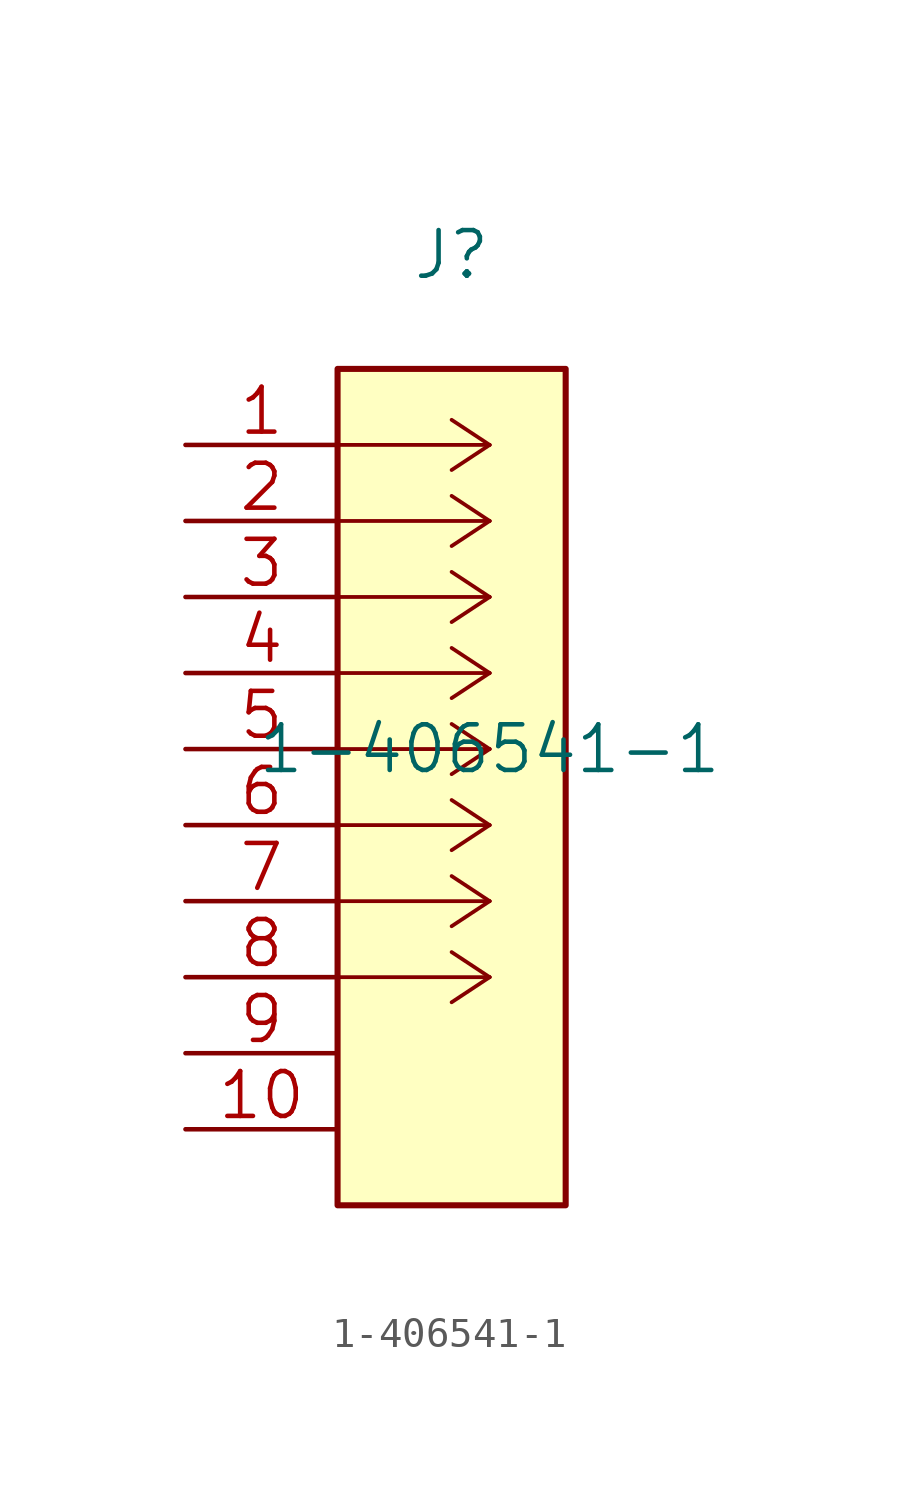
<source format=kicad_sym>
(kicad_symbol_lib
  (version 20211014)
  (generator kicad_symbol_editor)
  (symbol "1-406541-1"
    (pin_names
      (offset 0.254) hide)
    (property "Reference" "J"
      (at 8.89 6.35 0)
      (effects (font (size 1.524 1.524))))
    (property "Value" "1-406541-1"
      (at 10.16 -10.16 0)
      (effects (font (size 1.524 1.524))))
    (property "Datasheet" ""
      (at 0 0 0)
      (effects (font (size 1.524 1.524))))
    (property "ki_locked" ""
      (at 0 0 0)
      (effects (font (size 1.27 1.27))))
    (symbol "1-406541-1_0_1"
      (rectangle (start 12.7 -25.4) (end 5.08 2.54) (stroke (width 0.203) (type default) (color 0 0 0 0)) (fill (type background))))
    (symbol "1-406541-1_1_1"
      (polyline (pts (xy 5.08 -25.4) (xy 12.7 -25.4)) (stroke (width 0.127) (type default) (color 0 0 0 0)) (fill (type none)))
      (polyline (pts (xy 5.08 2.54) (xy 5.08 -25.4)) (stroke (width 0.127) (type default) (color 0 0 0 0)) (fill (type none)))
      (polyline (pts (xy 10.16 -17.78) (xy 5.08 -17.78)) (stroke (width 0.127) (type default) (color 0 0 0 0)) (fill (type none)))
      (polyline (pts (xy 10.16 -17.78) (xy 8.89 -18.618)) (stroke (width 0.127) (type default) (color 0 0 0 0)) (fill (type none)))
      (polyline (pts (xy 10.16 -17.78) (xy 8.89 -16.942)) (stroke (width 0.127) (type default) (color 0 0 0 0)) (fill (type none)))
      (polyline (pts (xy 10.16 -15.24) (xy 5.08 -15.24)) (stroke (width 0.127) (type default) (color 0 0 0 0)) (fill (type none)))
      (polyline (pts (xy 10.16 -15.24) (xy 8.89 -16.078)) (stroke (width 0.127) (type default) (color 0 0 0 0)) (fill (type none)))
      (polyline (pts (xy 10.16 -15.24) (xy 8.89 -14.402)) (stroke (width 0.127) (type default) (color 0 0 0 0)) (fill (type none)))
      (polyline (pts (xy 10.16 -12.7) (xy 5.08 -12.7)) (stroke (width 0.127) (type default) (color 0 0 0 0)) (fill (type none)))
      (polyline (pts (xy 10.16 -12.7) (xy 8.89 -13.538)) (stroke (width 0.127) (type default) (color 0 0 0 0)) (fill (type none)))
      (polyline (pts (xy 10.16 -12.7) (xy 8.89 -11.862)) (stroke (width 0.127) (type default) (color 0 0 0 0)) (fill (type none)))
      (polyline (pts (xy 10.16 -10.16) (xy 5.08 -10.16)) (stroke (width 0.127) (type default) (color 0 0 0 0)) (fill (type none)))
      (polyline (pts (xy 10.16 -10.16) (xy 8.89 -10.998)) (stroke (width 0.127) (type default) (color 0 0 0 0)) (fill (type none)))
      (polyline (pts (xy 10.16 -10.16) (xy 8.89 -9.322)) (stroke (width 0.127) (type default) (color 0 0 0 0)) (fill (type none)))
      (polyline (pts (xy 10.16 -7.62) (xy 5.08 -7.62)) (stroke (width 0.127) (type default) (color 0 0 0 0)) (fill (type none)))
      (polyline (pts (xy 10.16 -7.62) (xy 8.89 -8.458)) (stroke (width 0.127) (type default) (color 0 0 0 0)) (fill (type none)))
      (polyline (pts (xy 10.16 -7.62) (xy 8.89 -6.782)) (stroke (width 0.127) (type default) (color 0 0 0 0)) (fill (type none)))
      (polyline (pts (xy 10.16 -5.08) (xy 5.08 -5.08)) (stroke (width 0.127) (type default) (color 0 0 0 0)) (fill (type none)))
      (polyline (pts (xy 10.16 -5.08) (xy 8.89 -5.918)) (stroke (width 0.127) (type default) (color 0 0 0 0)) (fill (type none)))
      (polyline (pts (xy 10.16 -5.08) (xy 8.89 -4.242)) (stroke (width 0.127) (type default) (color 0 0 0 0)) (fill (type none)))
      (polyline (pts (xy 10.16 -2.54) (xy 5.08 -2.54)) (stroke (width 0.127) (type default) (color 0 0 0 0)) (fill (type none)))
      (polyline (pts (xy 10.16 -2.54) (xy 8.89 -3.378)) (stroke (width 0.127) (type default) (color 0 0 0 0)) (fill (type none)))
      (polyline (pts (xy 10.16 -2.54) (xy 8.89 -1.702)) (stroke (width 0.127) (type default) (color 0 0 0 0)) (fill (type none)))
      (polyline (pts (xy 10.16 0) (xy 5.08 0)) (stroke (width 0.127) (type default) (color 0 0 0 0)) (fill (type none)))
      (polyline (pts (xy 10.16 0) (xy 8.89 -0.838)) (stroke (width 0.127) (type default) (color 0 0 0 0)) (fill (type none)))
      (polyline (pts (xy 10.16 0) (xy 8.89 0.838)) (stroke (width 0.127) (type default) (color 0 0 0 0)) (fill (type none)))
      (polyline (pts (xy 12.7 -25.4) (xy 12.7 2.54)) (stroke (width 0.127) (type default) (color 0 0 0 0)) (fill (type none)))
      (polyline (pts (xy 12.7 2.54) (xy 5.08 2.54)) (stroke (width 0.127) (type default) (color 0 0 0 0)) (fill (type none)))
      (pin output line (at 0 0 0) (length 5.08) (name "1" (effects (font (size 1.499 1.499)))) (number "1" (effects (font (size 1.499 1.499)))))
      (pin input line (at 0 -22.86 0) (length 5.08) (name "SHIELD" (effects (font (size 1.499 1.499)))) (number "10" (effects (font (size 1.499 1.499)))))
      (pin output line (at 0 -2.54 0) (length 5.08) (name "2" (effects (font (size 1.499 1.499)))) (number "2" (effects (font (size 1.499 1.499)))))
      (pin output line (at 0 -5.08 0) (length 5.08) (name "3" (effects (font (size 1.499 1.499)))) (number "3" (effects (font (size 1.499 1.499)))))
      (pin output line (at 0 -7.62 0) (length 5.08) (name "4" (effects (font (size 1.499 1.499)))) (number "4" (effects (font (size 1.499 1.499)))))
      (pin output line (at 0 -10.16 0) (length 5.08) (name "5" (effects (font (size 1.499 1.499)))) (number "5" (effects (font (size 1.499 1.499)))))
      (pin output line (at 0 -12.7 0) (length 5.08) (name "6" (effects (font (size 1.499 1.499)))) (number "6" (effects (font (size 1.499 1.499)))))
      (pin output line (at 0 -15.24 0) (length 5.08) (name "7" (effects (font (size 1.499 1.499)))) (number "7" (effects (font (size 1.499 1.499)))))
      (pin output line (at 0 -17.78 0) (length 5.08) (name "8" (effects (font (size 1.499 1.499)))) (number "8" (effects (font (size 1.499 1.499)))))
      (pin input line (at 0 -20.32 0) (length 5.08) (name "SHIELD" (effects (font (size 1.499 1.499)))) (number "9" (effects (font (size 1.499 1.499))))))))
</source>
